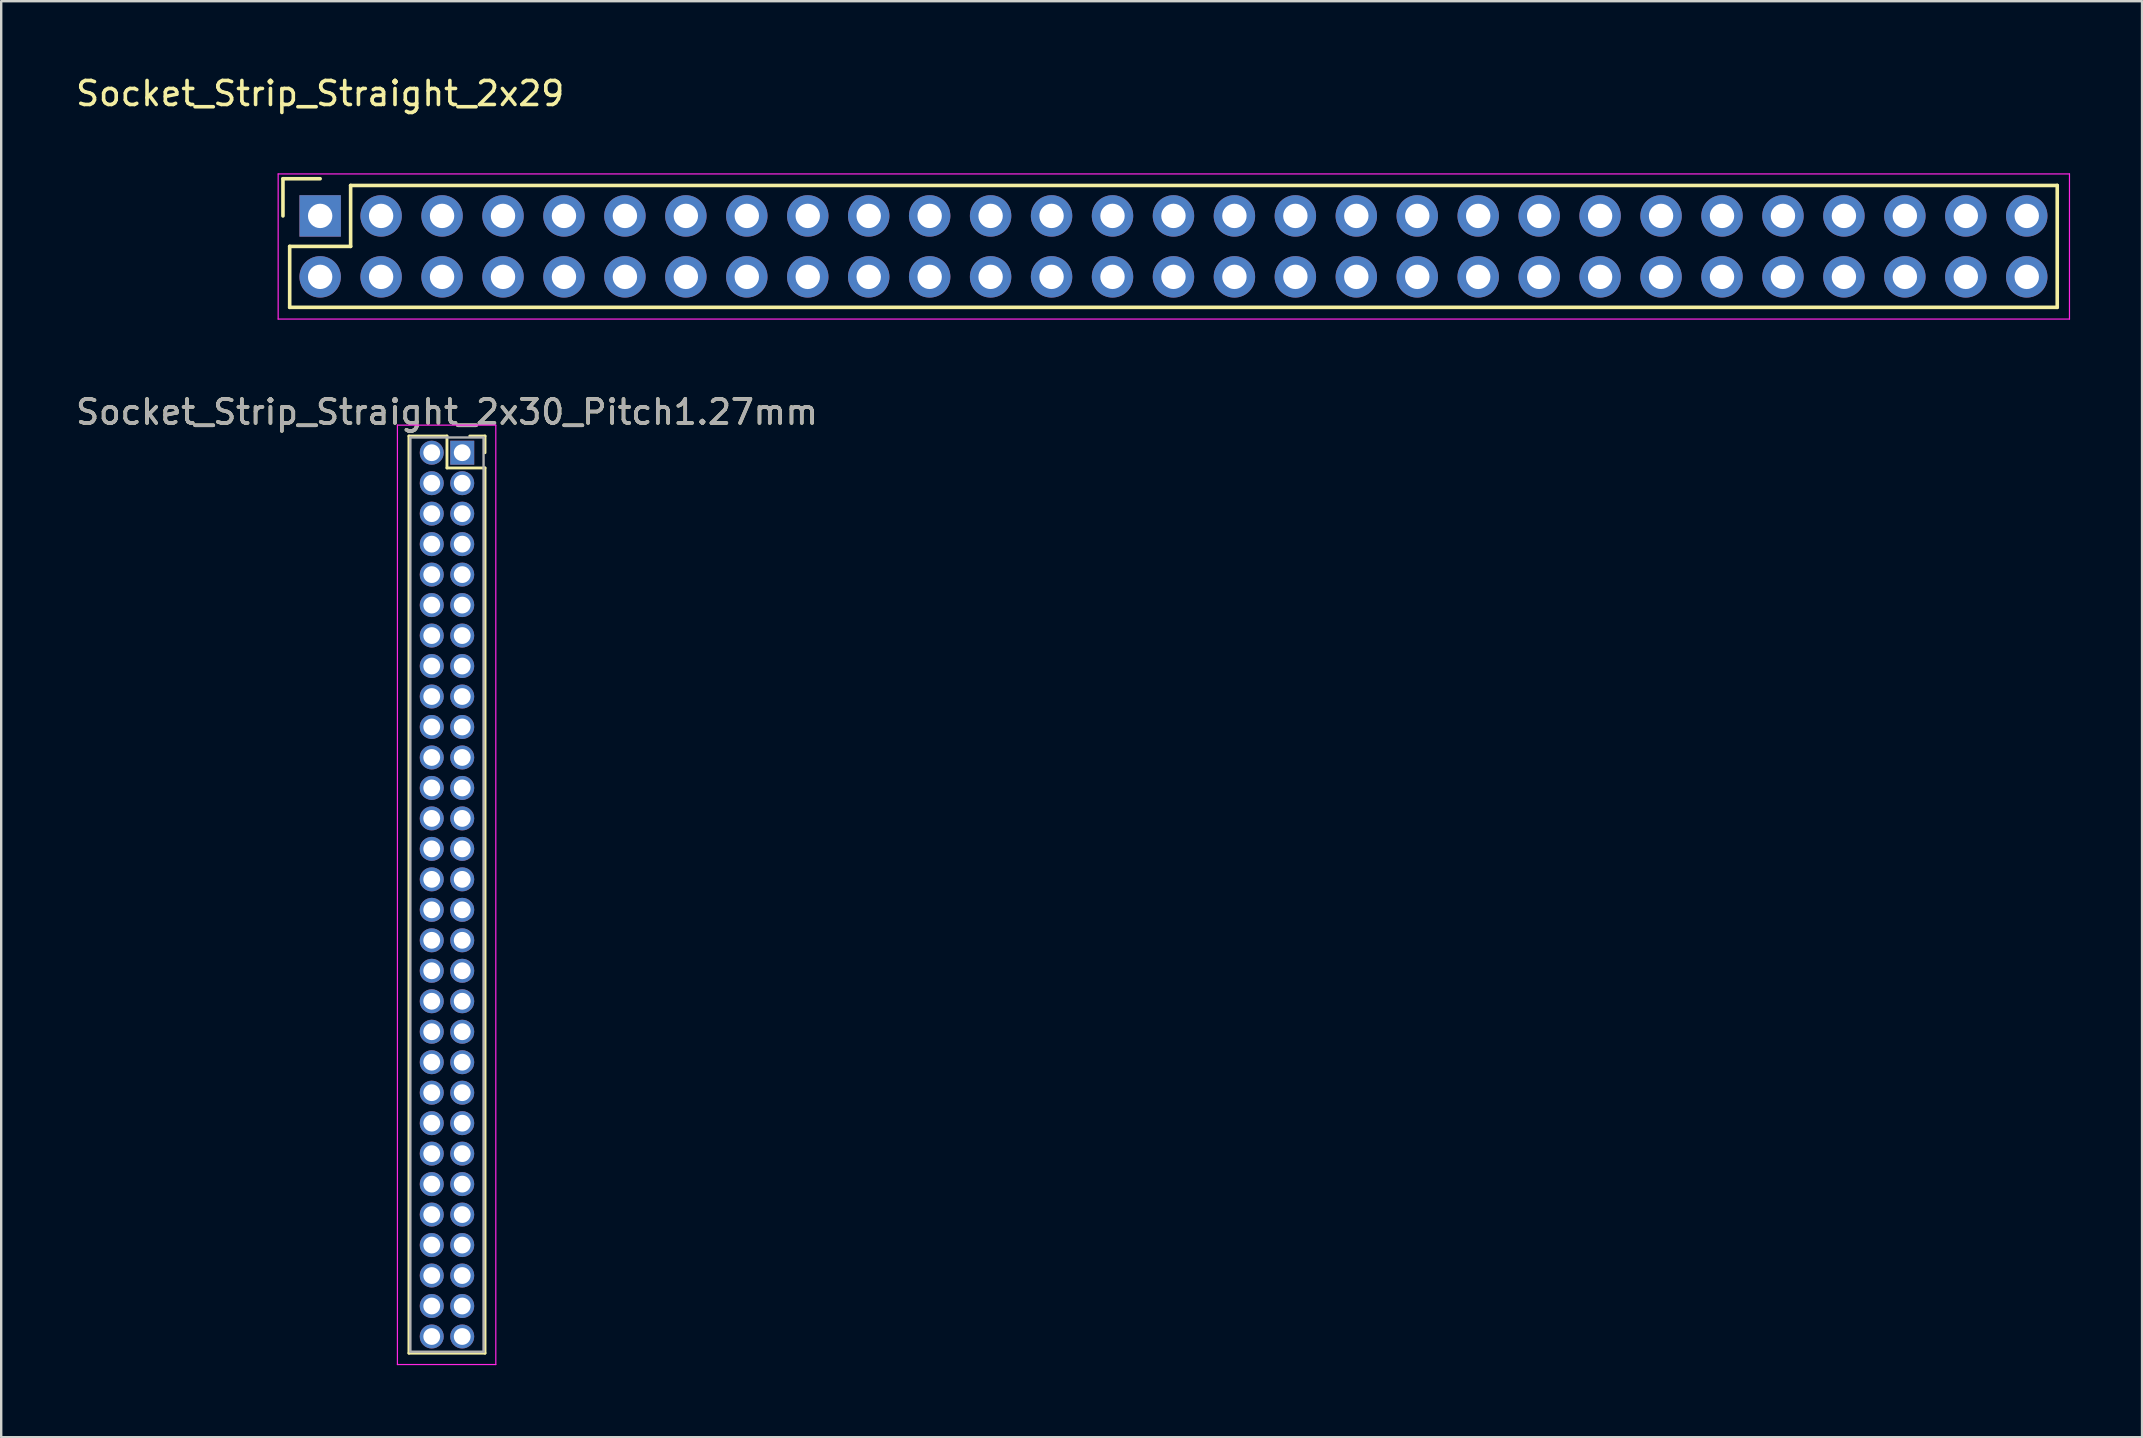
<source format=kicad_pcb>
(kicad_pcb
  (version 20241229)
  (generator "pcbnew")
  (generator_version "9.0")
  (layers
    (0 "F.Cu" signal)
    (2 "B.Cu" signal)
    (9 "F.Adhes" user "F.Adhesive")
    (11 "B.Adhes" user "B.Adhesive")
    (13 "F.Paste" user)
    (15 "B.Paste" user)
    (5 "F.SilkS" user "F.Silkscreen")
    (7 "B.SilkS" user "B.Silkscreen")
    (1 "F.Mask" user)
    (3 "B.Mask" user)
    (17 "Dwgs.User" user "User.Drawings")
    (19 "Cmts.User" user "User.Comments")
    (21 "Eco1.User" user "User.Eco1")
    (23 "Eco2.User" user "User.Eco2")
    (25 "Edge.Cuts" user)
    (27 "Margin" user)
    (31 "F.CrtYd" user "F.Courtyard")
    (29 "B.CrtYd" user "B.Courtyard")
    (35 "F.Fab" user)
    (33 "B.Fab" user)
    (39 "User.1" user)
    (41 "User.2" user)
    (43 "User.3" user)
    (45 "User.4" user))
  (footprint "Socket_Strip_Straight_2x30_Pitch1.27mm"
    (layer "F.Cu")
    (at 16.212 15.816)
    (property "Reference" "Socket_Strip_Straight_2x30_Pitch1.27mm" (at -0.635 -1.695 0) (layer "F.SilkS") (effects (font (size 1 1) (thickness 0.15))))
    (attr through_hole)
    (fp_line (start -2.22 -0.695) (end -0.635 -0.695) (stroke (width 0.12) (type solid)) (layer "F.SilkS"))
    (fp_line (start -2.22 37.525) (end -2.22 -0.695) (stroke (width 0.12) (type solid)) (layer "F.SilkS"))
    (fp_line (start -0.635 -0.695) (end -0.635 0.635) (stroke (width 0.12) (type solid)) (layer "F.SilkS"))
    (fp_line (start -0.635 0.635) (end 0.95 0.635) (stroke (width 0.12) (type solid)) (layer "F.SilkS"))
    (fp_line (start 0.95 -0.695) (end 0.315 -0.695) (stroke (width 0.12) (type solid)) (layer "F.SilkS"))
    (fp_line (start 0.95 0) (end 0.95 -0.695) (stroke (width 0.12) (type solid)) (layer "F.SilkS"))
    (fp_line (start 0.95 0.635) (end 0.95 37.525) (stroke (width 0.12) (type solid)) (layer "F.SilkS"))
    (fp_line (start 0.95 37.525) (end -2.22 37.525) (stroke (width 0.12) (type solid)) (layer "F.SilkS"))
    (fp_line (start -2.7 -1.15) (end -2.7 38) (stroke (width 0.05) (type solid)) (layer "F.CrtYd"))
    (fp_line (start -2.7 38) (end 1.4 38) (stroke (width 0.05) (type solid)) (layer "F.CrtYd"))
    (fp_line (start 1.4 -1.15) (end -2.7 -1.15) (stroke (width 0.05) (type solid)) (layer "F.CrtYd"))
    (fp_line (start 1.4 38) (end 1.4 -1.15) (stroke (width 0.05) (type solid)) (layer "F.CrtYd"))
    (fp_line (start -2.16 -0.635) (end -2.16 37.465) (stroke (width 0.1) (type solid)) (layer "F.Fab"))
    (fp_line (start -2.16 37.465) (end 0.89 37.465) (stroke (width 0.1) (type solid)) (layer "F.Fab"))
    (fp_line (start 0.89 -0.635) (end -2.16 -0.635) (stroke (width 0.1) (type solid)) (layer "F.Fab"))
    (fp_line (start 0.89 37.465) (end 0.89 -0.635) (stroke (width 0.1) (type solid)) (layer "F.Fab"))
    (fp_text user "${REFERENCE}" (at -0.635 -1.695 0) (layer "F.Fab") (effects (font (size 1 1) (thickness 0.15))))
    (pad "1" thru_hole rect (at 0 0) (size 1 1) (drill 0.7) (layers "*.Cu" "*.Mask"))
    (pad "2" thru_hole oval (at -1.27 0) (size 1 1) (drill 0.7) (layers "*.Cu" "*.Mask"))
    (pad "3" thru_hole oval (at 0 1.27) (size 1 1) (drill 0.7) (layers "*.Cu" "*.Mask"))
    (pad "4" thru_hole oval (at -1.27 1.27) (size 1 1) (drill 0.7) (layers "*.Cu" "*.Mask"))
    (pad "5" thru_hole oval (at 0 2.54) (size 1 1) (drill 0.7) (layers "*.Cu" "*.Mask"))
    (pad "6" thru_hole oval (at -1.27 2.54) (size 1 1) (drill 0.7) (layers "*.Cu" "*.Mask"))
    (pad "7" thru_hole oval (at 0 3.81) (size 1 1) (drill 0.7) (layers "*.Cu" "*.Mask"))
    (pad "8" thru_hole oval (at -1.27 3.81) (size 1 1) (drill 0.7) (layers "*.Cu" "*.Mask"))
    (pad "9" thru_hole oval (at 0 5.08) (size 1 1) (drill 0.7) (layers "*.Cu" "*.Mask"))
    (pad "10" thru_hole oval (at -1.27 5.08) (size 1 1) (drill 0.7) (layers "*.Cu" "*.Mask"))
    (pad "11" thru_hole oval (at 0 6.35) (size 1 1) (drill 0.7) (layers "*.Cu" "*.Mask"))
    (pad "12" thru_hole oval (at -1.27 6.35) (size 1 1) (drill 0.7) (layers "*.Cu" "*.Mask"))
    (pad "13" thru_hole oval (at 0 7.62) (size 1 1) (drill 0.7) (layers "*.Cu" "*.Mask"))
    (pad "14" thru_hole oval (at -1.27 7.62) (size 1 1) (drill 0.7) (layers "*.Cu" "*.Mask"))
    (pad "15" thru_hole oval (at 0 8.89) (size 1 1) (drill 0.7) (layers "*.Cu" "*.Mask"))
    (pad "16" thru_hole oval (at -1.27 8.89) (size 1 1) (drill 0.7) (layers "*.Cu" "*.Mask"))
    (pad "17" thru_hole oval (at 0 10.16) (size 1 1) (drill 0.7) (layers "*.Cu" "*.Mask"))
    (pad "18" thru_hole oval (at -1.27 10.16) (size 1 1) (drill 0.7) (layers "*.Cu" "*.Mask"))
    (pad "19" thru_hole oval (at 0 11.43) (size 1 1) (drill 0.7) (layers "*.Cu" "*.Mask"))
    (pad "20" thru_hole oval (at -1.27 11.43) (size 1 1) (drill 0.7) (layers "*.Cu" "*.Mask"))
    (pad "21" thru_hole oval (at 0 12.7) (size 1 1) (drill 0.7) (layers "*.Cu" "*.Mask"))
    (pad "22" thru_hole oval (at -1.27 12.7) (size 1 1) (drill 0.7) (layers "*.Cu" "*.Mask"))
    (pad "23" thru_hole oval (at 0 13.97) (size 1 1) (drill 0.7) (layers "*.Cu" "*.Mask"))
    (pad "24" thru_hole oval (at -1.27 13.97) (size 1 1) (drill 0.7) (layers "*.Cu" "*.Mask"))
    (pad "25" thru_hole oval (at 0 15.24) (size 1 1) (drill 0.7) (layers "*.Cu" "*.Mask"))
    (pad "26" thru_hole oval (at -1.27 15.24) (size 1 1) (drill 0.7) (layers "*.Cu" "*.Mask"))
    (pad "27" thru_hole oval (at 0 16.51) (size 1 1) (drill 0.7) (layers "*.Cu" "*.Mask"))
    (pad "28" thru_hole oval (at -1.27 16.51) (size 1 1) (drill 0.7) (layers "*.Cu" "*.Mask"))
    (pad "29" thru_hole oval (at 0 17.78) (size 1 1) (drill 0.7) (layers "*.Cu" "*.Mask"))
    (pad "30" thru_hole oval (at -1.27 17.78) (size 1 1) (drill 0.7) (layers "*.Cu" "*.Mask"))
    (pad "31" thru_hole oval (at 0 19.05) (size 1 1) (drill 0.7) (layers "*.Cu" "*.Mask"))
    (pad "32" thru_hole oval (at -1.27 19.05) (size 1 1) (drill 0.7) (layers "*.Cu" "*.Mask"))
    (pad "33" thru_hole oval (at 0 20.32) (size 1 1) (drill 0.7) (layers "*.Cu" "*.Mask"))
    (pad "34" thru_hole oval (at -1.27 20.32) (size 1 1) (drill 0.7) (layers "*.Cu" "*.Mask"))
    (pad "35" thru_hole oval (at 0 21.59) (size 1 1) (drill 0.7) (layers "*.Cu" "*.Mask"))
    (pad "36" thru_hole oval (at -1.27 21.59) (size 1 1) (drill 0.7) (layers "*.Cu" "*.Mask"))
    (pad "37" thru_hole oval (at 0 22.86) (size 1 1) (drill 0.7) (layers "*.Cu" "*.Mask"))
    (pad "38" thru_hole oval (at -1.27 22.86) (size 1 1) (drill 0.7) (layers "*.Cu" "*.Mask"))
    (pad "39" thru_hole oval (at 0 24.13) (size 1 1) (drill 0.7) (layers "*.Cu" "*.Mask"))
    (pad "40" thru_hole oval (at -1.27 24.13) (size 1 1) (drill 0.7) (layers "*.Cu" "*.Mask"))
    (pad "41" thru_hole oval (at 0 25.4) (size 1 1) (drill 0.7) (layers "*.Cu" "*.Mask"))
    (pad "42" thru_hole oval (at -1.27 25.4) (size 1 1) (drill 0.7) (layers "*.Cu" "*.Mask"))
    (pad "43" thru_hole oval (at 0 26.67) (size 1 1) (drill 0.7) (layers "*.Cu" "*.Mask"))
    (pad "44" thru_hole oval (at -1.27 26.67) (size 1 1) (drill 0.7) (layers "*.Cu" "*.Mask"))
    (pad "45" thru_hole oval (at 0 27.94) (size 1 1) (drill 0.7) (layers "*.Cu" "*.Mask"))
    (pad "46" thru_hole oval (at -1.27 27.94) (size 1 1) (drill 0.7) (layers "*.Cu" "*.Mask"))
    (pad "47" thru_hole oval (at 0 29.21) (size 1 1) (drill 0.7) (layers "*.Cu" "*.Mask"))
    (pad "48" thru_hole oval (at -1.27 29.21) (size 1 1) (drill 0.7) (layers "*.Cu" "*.Mask"))
    (pad "49" thru_hole oval (at 0 30.48) (size 1 1) (drill 0.7) (layers "*.Cu" "*.Mask"))
    (pad "50" thru_hole oval (at -1.27 30.48) (size 1 1) (drill 0.7) (layers "*.Cu" "*.Mask"))
    (pad "51" thru_hole oval (at 0 31.75) (size 1 1) (drill 0.7) (layers "*.Cu" "*.Mask"))
    (pad "52" thru_hole oval (at -1.27 31.75) (size 1 1) (drill 0.7) (layers "*.Cu" "*.Mask"))
    (pad "53" thru_hole oval (at 0 33.02) (size 1 1) (drill 0.7) (layers "*.Cu" "*.Mask"))
    (pad "54" thru_hole oval (at -1.27 33.02) (size 1 1) (drill 0.7) (layers "*.Cu" "*.Mask"))
    (pad "55" thru_hole oval (at 0 34.29) (size 1 1) (drill 0.7) (layers "*.Cu" "*.Mask"))
    (pad "56" thru_hole oval (at -1.27 34.29) (size 1 1) (drill 0.7) (layers "*.Cu" "*.Mask"))
    (pad "57" thru_hole oval (at 0 35.56) (size 1 1) (drill 0.7) (layers "*.Cu" "*.Mask"))
    (pad "58" thru_hole oval (at -1.27 35.56) (size 1 1) (drill 0.7) (layers "*.Cu" "*.Mask"))
    (pad "59" thru_hole oval (at 0 36.83) (size 1 1) (drill 0.7) (layers "*.Cu" "*.Mask"))
    (pad "60" thru_hole oval (at -1.27 36.83) (size 1 1) (drill 0.7) (layers "*.Cu" "*.Mask")))
  (footprint "Socket_Strip_Straight_2x29"
    (layer "F.Cu")
    (at 10.292 5.948)
    (property "Reference" "Socket_Strip_Straight_2x29" (at 0 -5.1 0) (layer "F.SilkS") (effects (font (size 1 1) (thickness 0.15))))
    (attr through_hole)
    (fp_line (start -1.55 -1.55) (end -1.55 0) (stroke (width 0.15) (type solid)) (layer "F.SilkS"))
    (fp_line (start -1.27 1.27) (end 1.27 1.27) (stroke (width 0.15) (type solid)) (layer "F.SilkS"))
    (fp_line (start -1.27 3.81) (end -1.27 1.27) (stroke (width 0.15) (type solid)) (layer "F.SilkS"))
    (fp_line (start 0 -1.55) (end -1.55 -1.55) (stroke (width 0.15) (type solid)) (layer "F.SilkS"))
    (fp_line (start 1.27 -1.27) (end 72.39 -1.27) (stroke (width 0.15) (type solid)) (layer "F.SilkS"))
    (fp_line (start 1.27 1.27) (end 1.27 -1.27) (stroke (width 0.15) (type solid)) (layer "F.SilkS"))
    (fp_line (start 72.39 3.81) (end -1.27 3.81) (stroke (width 0.15) (type solid)) (layer "F.SilkS"))
    (fp_line (start 72.39 3.81) (end 72.39 -1.27) (stroke (width 0.15) (type solid)) (layer "F.SilkS"))
    (fp_line (start -1.75 -1.75) (end -1.75 4.3) (stroke (width 0.05) (type solid)) (layer "F.CrtYd"))
    (fp_line (start -1.75 -1.75) (end 72.9 -1.75) (stroke (width 0.05) (type solid)) (layer "F.CrtYd"))
    (fp_line (start -1.75 4.3) (end 72.9 4.3) (stroke (width 0.05) (type solid)) (layer "F.CrtYd"))
    (fp_line (start 72.9 -1.75) (end 72.9 4.3) (stroke (width 0.05) (type solid)) (layer "F.CrtYd"))
    (pad "1" thru_hole rect (at 0 0) (size 1.727 1.727) (drill 1.016) (layers "*.Cu" "*.Mask"))
    (pad "2" thru_hole oval (at 0 2.54) (size 1.727 1.727) (drill 1.016) (layers "*.Cu" "*.Mask"))
    (pad "3" thru_hole oval (at 2.54 0) (size 1.727 1.727) (drill 1.016) (layers "*.Cu" "*.Mask"))
    (pad "4" thru_hole oval (at 2.54 2.54) (size 1.727 1.727) (drill 1.016) (layers "*.Cu" "*.Mask"))
    (pad "5" thru_hole oval (at 5.08 0) (size 1.727 1.727) (drill 1.016) (layers "*.Cu" "*.Mask"))
    (pad "6" thru_hole oval (at 5.08 2.54) (size 1.727 1.727) (drill 1.016) (layers "*.Cu" "*.Mask"))
    (pad "7" thru_hole oval (at 7.62 0) (size 1.727 1.727) (drill 1.016) (layers "*.Cu" "*.Mask"))
    (pad "8" thru_hole oval (at 7.62 2.54) (size 1.727 1.727) (drill 1.016) (layers "*.Cu" "*.Mask"))
    (pad "9" thru_hole oval (at 10.16 0) (size 1.727 1.727) (drill 1.016) (layers "*.Cu" "*.Mask"))
    (pad "10" thru_hole oval (at 10.16 2.54) (size 1.727 1.727) (drill 1.016) (layers "*.Cu" "*.Mask"))
    (pad "11" thru_hole oval (at 12.7 0) (size 1.727 1.727) (drill 1.016) (layers "*.Cu" "*.Mask"))
    (pad "12" thru_hole oval (at 12.7 2.54) (size 1.727 1.727) (drill 1.016) (layers "*.Cu" "*.Mask"))
    (pad "13" thru_hole oval (at 15.24 0) (size 1.727 1.727) (drill 1.016) (layers "*.Cu" "*.Mask"))
    (pad "14" thru_hole oval (at 15.24 2.54) (size 1.727 1.727) (drill 1.016) (layers "*.Cu" "*.Mask"))
    (pad "15" thru_hole oval (at 17.78 0) (size 1.727 1.727) (drill 1.016) (layers "*.Cu" "*.Mask"))
    (pad "16" thru_hole oval (at 17.78 2.54) (size 1.727 1.727) (drill 1.016) (layers "*.Cu" "*.Mask"))
    (pad "17" thru_hole oval (at 20.32 0) (size 1.727 1.727) (drill 1.016) (layers "*.Cu" "*.Mask"))
    (pad "18" thru_hole oval (at 20.32 2.54) (size 1.727 1.727) (drill 1.016) (layers "*.Cu" "*.Mask"))
    (pad "19" thru_hole oval (at 22.86 0) (size 1.727 1.727) (drill 1.016) (layers "*.Cu" "*.Mask"))
    (pad "20" thru_hole oval (at 22.86 2.54) (size 1.727 1.727) (drill 1.016) (layers "*.Cu" "*.Mask"))
    (pad "21" thru_hole oval (at 25.4 0) (size 1.727 1.727) (drill 1.016) (layers "*.Cu" "*.Mask"))
    (pad "22" thru_hole oval (at 25.4 2.54) (size 1.727 1.727) (drill 1.016) (layers "*.Cu" "*.Mask"))
    (pad "23" thru_hole oval (at 27.94 0) (size 1.727 1.727) (drill 1.016) (layers "*.Cu" "*.Mask"))
    (pad "24" thru_hole oval (at 27.94 2.54) (size 1.727 1.727) (drill 1.016) (layers "*.Cu" "*.Mask"))
    (pad "25" thru_hole oval (at 30.48 0) (size 1.727 1.727) (drill 1.016) (layers "*.Cu" "*.Mask"))
    (pad "26" thru_hole oval (at 30.48 2.54) (size 1.727 1.727) (drill 1.016) (layers "*.Cu" "*.Mask"))
    (pad "27" thru_hole oval (at 33.02 0) (size 1.727 1.727) (drill 1.016) (layers "*.Cu" "*.Mask"))
    (pad "28" thru_hole oval (at 33.02 2.54) (size 1.727 1.727) (drill 1.016) (layers "*.Cu" "*.Mask"))
    (pad "29" thru_hole oval (at 35.56 0) (size 1.727 1.727) (drill 1.016) (layers "*.Cu" "*.Mask"))
    (pad "30" thru_hole oval (at 35.56 2.54) (size 1.727 1.727) (drill 1.016) (layers "*.Cu" "*.Mask"))
    (pad "31" thru_hole oval (at 38.1 0) (size 1.727 1.727) (drill 1.016) (layers "*.Cu" "*.Mask"))
    (pad "32" thru_hole oval (at 38.1 2.54) (size 1.727 1.727) (drill 1.016) (layers "*.Cu" "*.Mask"))
    (pad "33" thru_hole oval (at 40.64 0) (size 1.727 1.727) (drill 1.016) (layers "*.Cu" "*.Mask"))
    (pad "34" thru_hole oval (at 40.64 2.54) (size 1.727 1.727) (drill 1.016) (layers "*.Cu" "*.Mask"))
    (pad "35" thru_hole oval (at 43.18 0) (size 1.727 1.727) (drill 1.016) (layers "*.Cu" "*.Mask"))
    (pad "36" thru_hole oval (at 43.18 2.54) (size 1.727 1.727) (drill 1.016) (layers "*.Cu" "*.Mask"))
    (pad "37" thru_hole oval (at 45.72 0) (size 1.727 1.727) (drill 1.016) (layers "*.Cu" "*.Mask"))
    (pad "38" thru_hole oval (at 45.72 2.54) (size 1.727 1.727) (drill 1.016) (layers "*.Cu" "*.Mask"))
    (pad "39" thru_hole oval (at 48.26 0) (size 1.727 1.727) (drill 1.016) (layers "*.Cu" "*.Mask"))
    (pad "40" thru_hole oval (at 48.26 2.54) (size 1.727 1.727) (drill 1.016) (layers "*.Cu" "*.Mask"))
    (pad "41" thru_hole oval (at 50.8 0) (size 1.727 1.727) (drill 1.016) (layers "*.Cu" "*.Mask"))
    (pad "42" thru_hole oval (at 50.8 2.54) (size 1.727 1.727) (drill 1.016) (layers "*.Cu" "*.Mask"))
    (pad "43" thru_hole oval (at 53.34 0) (size 1.727 1.727) (drill 1.016) (layers "*.Cu" "*.Mask"))
    (pad "44" thru_hole oval (at 53.34 2.54) (size 1.727 1.727) (drill 1.016) (layers "*.Cu" "*.Mask"))
    (pad "45" thru_hole oval (at 55.88 0) (size 1.727 1.727) (drill 1.016) (layers "*.Cu" "*.Mask"))
    (pad "46" thru_hole oval (at 55.88 2.54) (size 1.727 1.727) (drill 1.016) (layers "*.Cu" "*.Mask"))
    (pad "47" thru_hole oval (at 58.42 0) (size 1.727 1.727) (drill 1.016) (layers "*.Cu" "*.Mask"))
    (pad "48" thru_hole oval (at 58.42 2.54) (size 1.727 1.727) (drill 1.016) (layers "*.Cu" "*.Mask"))
    (pad "49" thru_hole oval (at 60.96 0) (size 1.727 1.727) (drill 1.016) (layers "*.Cu" "*.Mask"))
    (pad "50" thru_hole oval (at 60.96 2.54) (size 1.727 1.727) (drill 1.016) (layers "*.Cu" "*.Mask"))
    (pad "51" thru_hole oval (at 63.5 0) (size 1.727 1.727) (drill 1.016) (layers "*.Cu" "*.Mask"))
    (pad "52" thru_hole oval (at 63.5 2.54) (size 1.727 1.727) (drill 1.016) (layers "*.Cu" "*.Mask"))
    (pad "53" thru_hole oval (at 66.04 0) (size 1.727 1.727) (drill 1.016) (layers "*.Cu" "*.Mask"))
    (pad "54" thru_hole oval (at 66.04 2.54) (size 1.727 1.727) (drill 1.016) (layers "*.Cu" "*.Mask"))
    (pad "55" thru_hole oval (at 68.58 0) (size 1.727 1.727) (drill 1.016) (layers "*.Cu" "*.Mask"))
    (pad "56" thru_hole oval (at 68.58 2.54) (size 1.727 1.727) (drill 1.016) (layers "*.Cu" "*.Mask"))
    (pad "57" thru_hole oval (at 71.12 0) (size 1.727 1.727) (drill 1.016) (layers "*.Cu" "*.Mask"))
    (pad "58" thru_hole oval (at 71.12 2.54) (size 1.727 1.727) (drill 1.016) (layers "*.Cu" "*.Mask")))
  (gr_rect
    (start -3 -3)
    (end 86.217 56.842)
    (stroke (width 0.1) (type default))
    (fill no)
    (layer "Edge.Cuts")))
</source>
